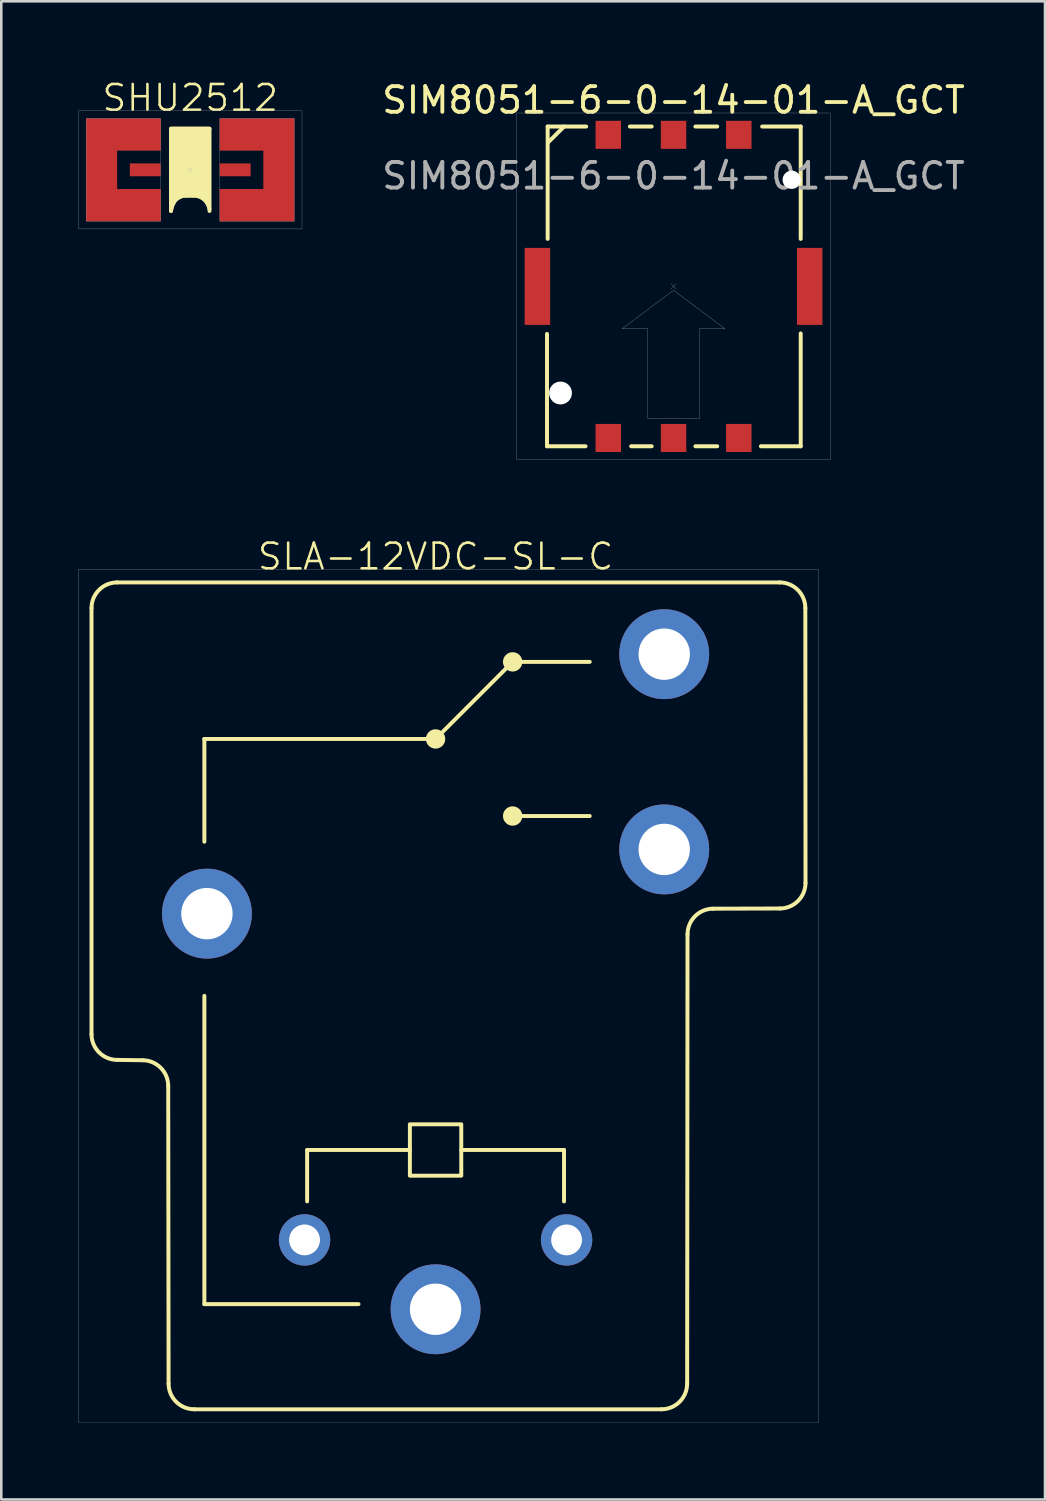
<source format=kicad_pcb>
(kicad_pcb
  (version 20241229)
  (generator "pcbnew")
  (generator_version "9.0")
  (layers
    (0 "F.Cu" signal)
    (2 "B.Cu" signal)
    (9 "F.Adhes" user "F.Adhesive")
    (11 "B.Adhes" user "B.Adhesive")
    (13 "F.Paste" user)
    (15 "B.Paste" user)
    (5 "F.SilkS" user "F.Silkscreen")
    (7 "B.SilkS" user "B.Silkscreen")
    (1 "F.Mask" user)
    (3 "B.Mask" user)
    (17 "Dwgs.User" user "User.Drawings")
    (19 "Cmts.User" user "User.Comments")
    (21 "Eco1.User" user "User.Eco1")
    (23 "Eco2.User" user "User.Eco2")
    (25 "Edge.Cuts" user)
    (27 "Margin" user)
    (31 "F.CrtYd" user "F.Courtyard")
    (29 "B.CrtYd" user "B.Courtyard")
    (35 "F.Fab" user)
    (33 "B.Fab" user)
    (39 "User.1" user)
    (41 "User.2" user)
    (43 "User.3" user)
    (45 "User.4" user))
  (footprint "SIM8051-6-0-14-01-A_GCT"
    (layer "F.Cu")
    (at 23.168 8.098)
    (property "Reference" "SIM8051-6-0-14-01-A_GCT" (at 0 -7.25 0) (unlocked yes) (layer "F.SilkS") (effects (font (size 1 1) (thickness 0.15))))
    (attr smd)
    (fp_line (start -4.925 1.85) (end -4.925 6.223) (stroke (width 0.154) (type solid)) (layer "F.SilkS"))
    (fp_line (start -4.925 6.223) (end -3.425 6.223) (stroke (width 0.154) (type solid)) (layer "F.SilkS"))
    (fp_line (start -4.9 -6.223) (end -4.9 -1.85) (stroke (width 0.154) (type solid)) (layer "F.SilkS"))
    (fp_line (start -4.887 -5.6) (end -4.262 -6.223) (stroke (width 0.154) (type default)) (layer "F.SilkS"))
    (fp_line (start -3.4 -6.223) (end -4.9 -6.223) (stroke (width 0.154) (type solid)) (layer "F.SilkS"))
    (fp_line (start -1.65 6.223) (end -0.85 6.223) (stroke (width 0.154) (type solid)) (layer "F.SilkS"))
    (fp_line (start -0.85 -6.223) (end -1.7 -6.223) (stroke (width 0.154) (type solid)) (layer "F.SilkS"))
    (fp_line (start 0.85 6.223) (end 1.7 6.223) (stroke (width 0.154) (type solid)) (layer "F.SilkS"))
    (fp_line (start 1.7 -6.223) (end 0.85 -6.223) (stroke (width 0.154) (type solid)) (layer "F.SilkS"))
    (fp_line (start 3.4 6.223) (end 4.95 6.223) (stroke (width 0.154) (type solid)) (layer "F.SilkS"))
    (fp_line (start 4.95 -6.223) (end 3.45 -6.223) (stroke (width 0.154) (type solid)) (layer "F.SilkS"))
    (fp_line (start 4.95 -1.85) (end 4.95 -6.223) (stroke (width 0.154) (type solid)) (layer "F.SilkS"))
    (fp_line (start 4.95 6.223) (end 4.95 1.831) (stroke (width 0.154) (type solid)) (layer "F.SilkS"))
    (fp_line (start -0.1 -0.1) (end 0.1 0.1) (stroke (width 0.01) (type default)) (layer "F.Fab"))
    (fp_line (start 0.1 -0.1) (end -0.1 0.1) (stroke (width 0.01) (type default)) (layer "F.Fab"))
    (fp_rect (start -6.1 -6.75) (end 6.1 6.75) (stroke (width 0.01) (type default)) (fill no) (layer "F.Fab"))
    (fp_poly (pts (xy 0 0.15) (xy -2 1.65) (xy -1 1.65) (xy -1 5.15) (xy 1 5.15) (xy 1 1.65) (xy 2 1.65)) (stroke (width 0.01) (type solid)) (fill no) (layer "F.Fab"))
    (fp_text user "${REFERENCE}" (at 0 -4.3 0) (unlocked yes) (layer "F.Fab") (effects (font (size 1 1) (thickness 0.15))))
    (pad "" np_thru_hole circle (at -4.4 4.15) (size 0.889 0.889) (drill 0.889) (layers "*.Cu" "*.Mask"))
    (pad "" np_thru_hole circle (at 4.6 -4.15) (size 0.711 0.711) (drill 0.711) (layers "*.Cu" "*.Mask"))
    (pad "C1" smd rect (at 2.54 5.9) (size 0.991 1.092) (layers "F.Cu" "F.Mask" "F.Paste"))
    (pad "C2" smd rect (at 0 5.9) (size 0.991 1.092) (layers "F.Cu" "F.Mask" "F.Paste"))
    (pad "C3" smd rect (at -2.54 5.9) (size 0.991 1.092) (layers "F.Cu" "F.Mask" "F.Paste"))
    (pad "C5" smd rect (at 2.54 -5.9) (size 0.991 1.092) (layers "F.Cu" "F.Mask" "F.Paste"))
    (pad "C6" smd rect (at 0 -5.9) (size 0.991 1.092) (layers "F.Cu" "F.Mask" "F.Paste"))
    (pad "C7" smd rect (at -2.54 -5.9) (size 0.991 1.092) (layers "F.Cu" "F.Mask" "F.Paste"))
    (pad "S1" smd rect (at -5.3 0) (size 0.991 2.997) (layers "F.Cu" "F.Mask" "F.Paste"))
    (pad "S2" smd rect (at 5.3 0) (size 0.991 2.997) (layers "F.Cu" "F.Mask" "F.Paste")))
  (footprint "SLA-12VDC-SL-C"
    (layer "F.Cu")
    (at 13.905 47.714)
    (property "Reference" "SLA-12VDC-SL-C" (at 0 -29.1 0) (unlocked yes) (layer "F.SilkS") (effects (font (size 1 1) (thickness 0.1))))
    (attr through_hole)
    (fp_line (start -13.393 -10.507) (end -13.393 -27.093) (stroke (width 0.154) (type default)) (layer "F.SilkS"))
    (fp_line (start -11.407 -9.493) (end -12.393 -9.507) (stroke (width 0.154) (type default)) (layer "F.SilkS"))
    (fp_line (start -10.393 3.093) (end -10.407 -8.493) (stroke (width 0.154) (type default)) (layer "F.SilkS"))
    (fp_line (start -9.393 4.093) (end 8.793 4.093) (stroke (width 0.154) (type default)) (layer "F.SilkS"))
    (fp_line (start -9 -22) (end 0 -22) (stroke (width 0.154) (type default)) (layer "F.SilkS"))
    (fp_line (start -9 -18) (end -9 -22) (stroke (width 0.154) (type default)) (layer "F.SilkS"))
    (fp_line (start -9 0) (end -9 -12) (stroke (width 0.154) (type default)) (layer "F.SilkS"))
    (fp_line (start -5 -6) (end -5 -4) (stroke (width 0.154) (type default)) (layer "F.SilkS"))
    (fp_line (start -5 -6) (end -1 -6) (stroke (width 0.154) (type default)) (layer "F.SilkS"))
    (fp_line (start -3 0) (end -9 0) (stroke (width 0.154) (type default)) (layer "F.SilkS"))
    (fp_line (start 0 -22) (end 3 -25) (stroke (width 0.154) (type default)) (layer "F.SilkS"))
    (fp_line (start 1 -6) (end 5 -6) (stroke (width 0.154) (type default)) (layer "F.SilkS"))
    (fp_line (start 3 -25) (end 6 -25) (stroke (width 0.154) (type default)) (layer "F.SilkS"))
    (fp_line (start 3 -19) (end 6 -19) (stroke (width 0.154) (type default)) (layer "F.SilkS"))
    (fp_line (start 5 -6) (end 5 -4) (stroke (width 0.154) (type default)) (layer "F.SilkS"))
    (fp_line (start 9.793 3.093) (end 9.807 -14.393) (stroke (width 0.154) (type default)) (layer "F.SilkS"))
    (fp_line (start 13.393 -28.093) (end -12.393 -28.093) (stroke (width 0.154) (type default)) (layer "F.SilkS"))
    (fp_line (start 13.4 -15.4) (end 10.807 -15.393) (stroke (width 0.154) (type default)) (layer "F.SilkS"))
    (fp_line (start 14.4 -16.4) (end 14.393 -27.093) (stroke (width 0.154) (type default)) (layer "F.SilkS"))
    (fp_rect (start -1 -7) (end 1 -5) (stroke (width 0.154) (type default)) (fill no) (layer "F.SilkS"))
    (fp_arc (start -13.392893 -27.092894) (mid -13.099999 -27.8) (end -12.392893 -28.092894) (stroke (width 0.154) (type default)) (layer "F.SilkS"))
    (fp_arc (start -12.392894 -9.507107) (mid -13.1 -9.800001) (end -13.392894 -10.507107) (stroke (width 0.154) (type default)) (layer "F.SilkS"))
    (fp_arc (start -11.407106 -9.492893) (mid -10.7 -9.199999) (end -10.407106 -8.492893) (stroke (width 0.154) (type default)) (layer "F.SilkS"))
    (fp_arc (start -9.392894 4.092893) (mid -10.1 3.799999) (end -10.392894 3.092893) (stroke (width 0.154) (type default)) (layer "F.SilkS"))
    (fp_arc (start 9.792893 3.092894) (mid 9.499999 3.8) (end 8.792893 4.092894) (stroke (width 0.154) (type default)) (layer "F.SilkS"))
    (fp_arc (start 9.807107 -14.392894) (mid 10.100001 -15.1) (end 10.807107 -15.392894) (stroke (width 0.154) (type default)) (layer "F.SilkS"))
    (fp_arc (start 13.392894 -28.092893) (mid 14.1 -27.799999) (end 14.392894 -27.092893) (stroke (width 0.154) (type default)) (layer "F.SilkS"))
    (fp_arc (start 14.4 -16.4) (mid 14.107107 -15.692894) (end 13.4 -15.4) (stroke (width 0.154) (type default)) (layer "F.SilkS"))
    (fp_circle (center 0 -22) (end 0.3 -22) (stroke (width 0.154) (type solid)) (fill yes) (layer "F.SilkS"))
    (fp_circle (center 3 -25) (end 3.3 -25) (stroke (width 0.154) (type solid)) (fill yes) (layer "F.SilkS"))
    (fp_circle (center 3 -19) (end 3.3 -19) (stroke (width 0.154) (type solid)) (fill yes) (layer "F.SilkS"))
    (fp_rect (start -13.9 -28.6) (end 14.9 4.6) (stroke (width 0.01) (type default)) (fill no) (layer "F.Fab"))
    (pad "1" thru_hole circle (at -5.1 -2.5) (size 2 2) (drill 1.2) (layers "*.Cu" "*.Mask"))
    (pad "2" thru_hole circle (at 5.1 -2.5) (size 2 2) (drill 1.2) (layers "*.Cu" "*.Mask"))
    (pad "3" thru_hole circle (at 0 0.2) (size 3.5 3.5) (drill 2) (layers "*.Cu" "*.Mask"))
    (pad "4" thru_hole circle (at -8.9 -15.2) (size 3.5 3.5) (drill 2) (layers "*.Cu" "*.Mask"))
    (pad "5" thru_hole circle (at 8.9 -25.3) (size 3.5 3.5) (drill 2) (layers "*.Cu" "*.Mask"))
    (pad "6" thru_hole circle (at 8.9 -17.7) (size 3.5 3.5) (drill 2) (layers "*.Cu" "*.Mask")))
  (footprint "SHU2512"
    (layer "F.Cu")
    (at 4.355 3.561)
    (property "Reference" "SHU2512" (at 0 -2.8 0) (unlocked yes) (layer "F.SilkS") (effects (font (size 1 1) (thickness 0.1))))
    (attr smd)
    (fp_line (start -0.75 -1.6) (end 0.75 -1.6) (stroke (width 0.154) (type default)) (layer "F.SilkS"))
    (fp_line (start 0.15 1) (end -0.15 1) (stroke (width 0.154) (type default)) (layer "F.SilkS"))
    (fp_arc (start -0.75 1.6) (mid -0.574264 1.175736) (end -0.15 1) (stroke (width 0.154) (type default)) (layer "F.SilkS"))
    (fp_arc (start 0.15 1) (mid 0.574264 1.175736) (end 0.75 1.6) (stroke (width 0.154) (type default)) (layer "F.SilkS"))
    (fp_poly (pts (xy -0.75 -1.6) (xy -0.75 1.6) (xy -0.7 1.4) (xy -0.6 1.2) (xy -0.5 1.1) (xy -0.3 1) (xy 0.2 1) (xy 0.4 1.05) (xy 0.574 1.176) (xy 0.7 1.35) (xy 0.75 1.5) (xy 0.75 -1.6)) (stroke (width 0.154) (type solid)) (fill yes) (layer "F.SilkS"))
    (fp_line (start -0.1 -0.1) (end 0.1 0.1) (stroke (width 0.01) (type default)) (layer "F.Fab"))
    (fp_line (start 0.1 -0.1) (end -0.1 0.1) (stroke (width 0.01) (type default)) (layer "F.Fab"))
    (fp_rect (start -4.35 -2.3) (end 4.35 2.3) (stroke (width 0.01) (type default)) (fill no) (layer "F.Fab"))
    (fp_rect (start -4.05 -2) (end -1.15 2) (stroke (width 0.01) (type default)) (fill no) (layer "F.Fab"))
    (fp_rect (start 4.05 2) (end 1.15 -2) (stroke (width 0.01) (type default)) (fill no) (layer "F.Fab"))
    (pad "1" smd custom (at -2.85 0) (size 0.001 0.001) (layers "F.Cu" "F.Mask" "F.Paste") (options (anchor rect)) (primitives (gr_poly (pts (xy -1.2 2) (xy 1.7 2) (xy 1.7 0.75) (xy 0 0.75) (xy 0 -0.75) (xy 1.7 -0.75) (xy 1.7 -2) (xy -1.2 -2)) (width 0.01) (fill yes))))
    (pad "2" smd custom (at 2.85 0 180) (size 0.001 0.001) (layers "F.Cu" "F.Mask" "F.Paste") (options (anchor rect)) (primitives (gr_poly (pts (xy -1.2 2) (xy 1.7 2) (xy 1.7 0.75) (xy 0 0.75) (xy 0 -0.75) (xy 1.7 -0.75) (xy 1.7 -2) (xy -1.2 -2)) (width 0.01) (fill yes))))
    (pad "3" smd rect (at -1.75 0 180) (size 1.2 0.5) (layers "F.Cu" "F.Mask" "F.Paste"))
    (pad "4" smd rect (at 1.75 0) (size 1.2 0.5) (layers "F.Cu" "F.Mask" "F.Paste")))
  (gr_rect
    (start -3 -3)
    (end 37.627 55.319)
    (stroke (width 0.1) (type default))
    (fill no)
    (layer "Edge.Cuts")))
</source>
